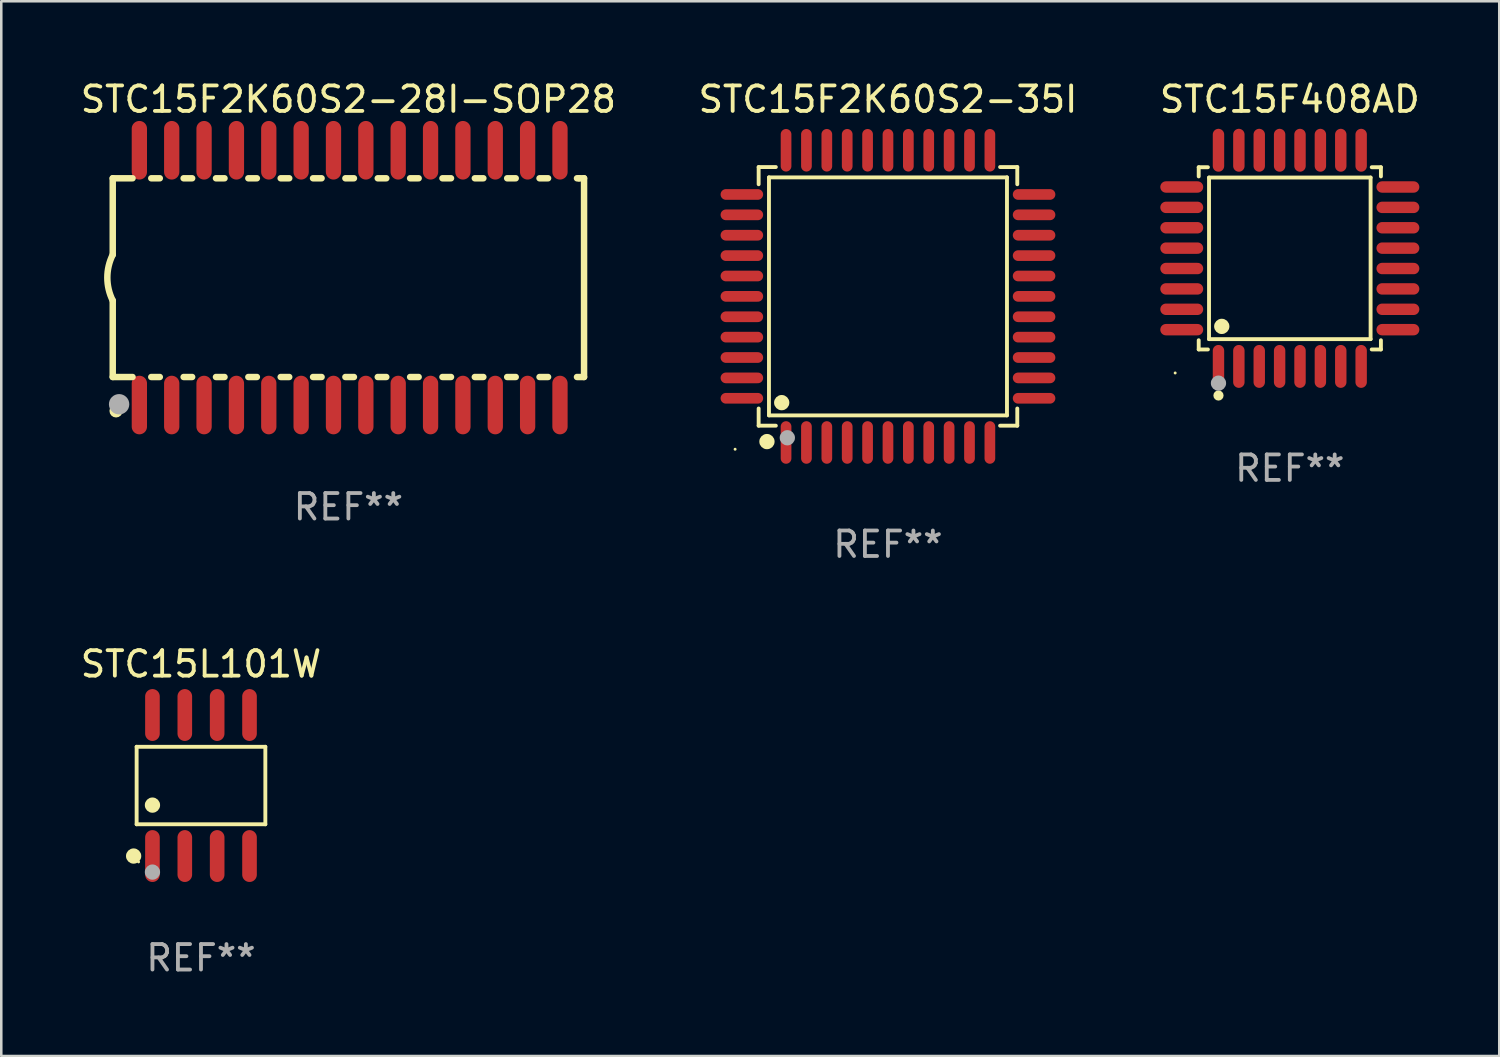
<source format=kicad_pcb>
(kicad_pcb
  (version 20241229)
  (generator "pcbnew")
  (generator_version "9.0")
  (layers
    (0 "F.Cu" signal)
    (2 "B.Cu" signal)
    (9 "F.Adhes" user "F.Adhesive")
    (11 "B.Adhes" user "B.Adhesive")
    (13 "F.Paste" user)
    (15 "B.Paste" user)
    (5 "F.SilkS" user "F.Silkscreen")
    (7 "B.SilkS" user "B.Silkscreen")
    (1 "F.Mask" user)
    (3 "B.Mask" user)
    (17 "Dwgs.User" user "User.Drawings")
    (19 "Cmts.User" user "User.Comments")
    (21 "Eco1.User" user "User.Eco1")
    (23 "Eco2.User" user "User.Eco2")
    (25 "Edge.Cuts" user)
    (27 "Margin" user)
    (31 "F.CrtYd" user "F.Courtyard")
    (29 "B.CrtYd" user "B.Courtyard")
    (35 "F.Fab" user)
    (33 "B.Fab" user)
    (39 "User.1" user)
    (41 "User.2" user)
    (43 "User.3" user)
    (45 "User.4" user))
  (footprint "STC15F2K60S2-28I-SOP28"
    (layer "F.Cu")
    (at 10.625 7.848)
    (property "Reference" "STC15F2K60S2-28I-SOP28" (at 0 -7 0) (layer "F.SilkS") (effects (font (size 1 1) (thickness 0.15))))
    (attr through_hole)
    (fp_line (start -9.25 -3.9) (end -9.25 -0.9) (stroke (width 0.254) (type solid)) (layer "F.SilkS"))
    (fp_line (start -9.25 -3.9) (end -8.473 -3.9) (stroke (width 0.254) (type solid)) (layer "F.SilkS"))
    (fp_line (start -9.25 3.9) (end -9.25 0.9) (stroke (width 0.254) (type solid)) (layer "F.SilkS"))
    (fp_line (start -9.25 3.9) (end -8.473 3.9) (stroke (width 0.254) (type solid)) (layer "F.SilkS"))
    (fp_line (start -7.737 -3.9) (end -7.403 -3.9) (stroke (width 0.254) (type solid)) (layer "F.SilkS"))
    (fp_line (start -7.737 3.9) (end -7.403 3.9) (stroke (width 0.254) (type solid)) (layer "F.SilkS"))
    (fp_line (start -6.467 3.9) (end -6.133 3.9) (stroke (width 0.254) (type solid)) (layer "F.SilkS"))
    (fp_line (start -6.467 -3.9) (end -6.133 -3.9) (stroke (width 0.254) (type solid)) (layer "F.SilkS"))
    (fp_line (start -5.197 3.9) (end -4.863 3.9) (stroke (width 0.254) (type solid)) (layer "F.SilkS"))
    (fp_line (start -5.197 -3.9) (end -4.863 -3.9) (stroke (width 0.254) (type solid)) (layer "F.SilkS"))
    (fp_line (start -3.927 3.9) (end -3.593 3.9) (stroke (width 0.254) (type solid)) (layer "F.SilkS"))
    (fp_line (start -3.927 -3.9) (end -3.593 -3.9) (stroke (width 0.254) (type solid)) (layer "F.SilkS"))
    (fp_line (start -2.657 3.9) (end -2.323 3.9) (stroke (width 0.254) (type solid)) (layer "F.SilkS"))
    (fp_line (start -2.657 -3.9) (end -2.323 -3.9) (stroke (width 0.254) (type solid)) (layer "F.SilkS"))
    (fp_line (start -1.387 3.9) (end -1.053 3.9) (stroke (width 0.254) (type solid)) (layer "F.SilkS"))
    (fp_line (start -1.387 -3.9) (end -1.053 -3.9) (stroke (width 0.254) (type solid)) (layer "F.SilkS"))
    (fp_line (start -0.117 3.9) (end 0.217 3.9) (stroke (width 0.254) (type solid)) (layer "F.SilkS"))
    (fp_line (start -0.117 -3.9) (end 0.217 -3.9) (stroke (width 0.254) (type solid)) (layer "F.SilkS"))
    (fp_line (start 1.153 3.9) (end 1.487 3.9) (stroke (width 0.254) (type solid)) (layer "F.SilkS"))
    (fp_line (start 1.153 -3.9) (end 1.487 -3.9) (stroke (width 0.254) (type solid)) (layer "F.SilkS"))
    (fp_line (start 2.423 3.9) (end 2.757 3.9) (stroke (width 0.254) (type solid)) (layer "F.SilkS"))
    (fp_line (start 2.423 -3.9) (end 2.757 -3.9) (stroke (width 0.254) (type solid)) (layer "F.SilkS"))
    (fp_line (start 3.693 3.9) (end 4.027 3.9) (stroke (width 0.254) (type solid)) (layer "F.SilkS"))
    (fp_line (start 3.693 -3.9) (end 4.027 -3.9) (stroke (width 0.254) (type solid)) (layer "F.SilkS"))
    (fp_line (start 4.963 3.9) (end 5.297 3.9) (stroke (width 0.254) (type solid)) (layer "F.SilkS"))
    (fp_line (start 4.963 -3.9) (end 5.297 -3.9) (stroke (width 0.254) (type solid)) (layer "F.SilkS"))
    (fp_line (start 6.233 3.9) (end 6.567 3.9) (stroke (width 0.254) (type solid)) (layer "F.SilkS"))
    (fp_line (start 6.233 -3.9) (end 6.567 -3.9) (stroke (width 0.254) (type solid)) (layer "F.SilkS"))
    (fp_line (start 7.503 -3.9) (end 7.837 -3.9) (stroke (width 0.254) (type solid)) (layer "F.SilkS"))
    (fp_line (start 7.503 3.9) (end 7.837 3.9) (stroke (width 0.254) (type solid)) (layer "F.SilkS"))
    (fp_line (start 8.973 -3.9) (end 9.05 -3.9) (stroke (width 0.254) (type solid)) (layer "F.SilkS"))
    (fp_line (start 8.973 3.9) (end 9.25 3.9) (stroke (width 0.254) (type solid)) (layer "F.SilkS"))
    (fp_line (start 9.05 -3.9) (end 9.25 -3.9) (stroke (width 0.254) (type solid)) (layer "F.SilkS"))
    (fp_line (start 9.25 -3.9) (end 9.25 3.9) (stroke (width 0.254) (type solid)) (layer "F.SilkS"))
    (fp_arc (start -9.249619 0.900432) (mid -9.462013 0.000246) (end -9.249873 -0.9) (stroke (width 0.254001) (type solid)) (layer "F.SilkS"))
    (fp_circle (center -9.2 5.3) (end -9.17 5.3) (stroke (width 0.06) (type solid)) (fill no) (layer "F.SilkS"))
    (fp_circle (center -9.12 5.23) (end -8.988 5.23) (stroke (width 0.254) (type solid)) (fill no) (layer "F.SilkS"))
    (fp_circle (center -9 4.97) (end -8.8 4.97) (stroke (width 0.4) (type solid)) (fill no) (layer "F.Fab"))
    (fp_text user "REF**" (at 0 9 0) (layer "F.Fab") (effects (font (size 1 1) (thickness 0.15))))
    (pad "1" smd oval (at -8.205 5) (size 0.6 2.3) (layers "F.Cu" "F.Mask" "F.Paste"))
    (pad "2" smd oval (at -6.935 5) (size 0.6 2.3) (layers "F.Cu" "F.Mask" "F.Paste"))
    (pad "3" smd oval (at -5.665 5) (size 0.6 2.3) (layers "F.Cu" "F.Mask" "F.Paste"))
    (pad "4" smd oval (at -4.395 5) (size 0.6 2.3) (layers "F.Cu" "F.Mask" "F.Paste"))
    (pad "5" smd oval (at -3.125 5) (size 0.6 2.3) (layers "F.Cu" "F.Mask" "F.Paste"))
    (pad "6" smd oval (at -1.855 5) (size 0.6 2.3) (layers "F.Cu" "F.Mask" "F.Paste"))
    (pad "7" smd oval (at -0.585 5) (size 0.6 2.3) (layers "F.Cu" "F.Mask" "F.Paste"))
    (pad "8" smd oval (at 0.685 5) (size 0.6 2.3) (layers "F.Cu" "F.Mask" "F.Paste"))
    (pad "9" smd oval (at 1.955 5) (size 0.6 2.3) (layers "F.Cu" "F.Mask" "F.Paste"))
    (pad "10" smd oval (at 3.225 5) (size 0.6 2.3) (layers "F.Cu" "F.Mask" "F.Paste"))
    (pad "11" smd oval (at 4.495 5) (size 0.6 2.3) (layers "F.Cu" "F.Mask" "F.Paste"))
    (pad "12" smd oval (at 5.765 5) (size 0.6 2.3) (layers "F.Cu" "F.Mask" "F.Paste"))
    (pad "13" smd oval (at 7.035 5) (size 0.6 2.3) (layers "F.Cu" "F.Mask" "F.Paste"))
    (pad "14" smd oval (at 8.305 5) (size 0.6 2.3) (layers "F.Cu" "F.Mask" "F.Paste"))
    (pad "15" smd oval (at 8.305 -5) (size 0.6 2.3) (layers "F.Cu" "F.Mask" "F.Paste"))
    (pad "16" smd oval (at 7.035 -5) (size 0.6 2.3) (layers "F.Cu" "F.Mask" "F.Paste"))
    (pad "17" smd oval (at 5.765 -5) (size 0.6 2.3) (layers "F.Cu" "F.Mask" "F.Paste"))
    (pad "18" smd oval (at 4.495 -5) (size 0.6 2.3) (layers "F.Cu" "F.Mask" "F.Paste"))
    (pad "19" smd oval (at 3.225 -5) (size 0.6 2.3) (layers "F.Cu" "F.Mask" "F.Paste"))
    (pad "20" smd oval (at 1.955 -5) (size 0.6 2.3) (layers "F.Cu" "F.Mask" "F.Paste"))
    (pad "21" smd oval (at 0.685 -5) (size 0.6 2.3) (layers "F.Cu" "F.Mask" "F.Paste"))
    (pad "22" smd oval (at -0.585 -5) (size 0.6 2.3) (layers "F.Cu" "F.Mask" "F.Paste"))
    (pad "23" smd oval (at -1.855 -5) (size 0.6 2.3) (layers "F.Cu" "F.Mask" "F.Paste"))
    (pad "24" smd oval (at -3.125 -5) (size 0.6 2.3) (layers "F.Cu" "F.Mask" "F.Paste"))
    (pad "25" smd oval (at -4.395 -5) (size 0.6 2.3) (layers "F.Cu" "F.Mask" "F.Paste"))
    (pad "26" smd oval (at -5.665 -5) (size 0.6 2.3) (layers "F.Cu" "F.Mask" "F.Paste"))
    (pad "27" smd oval (at -6.935 -5) (size 0.6 2.3) (layers "F.Cu" "F.Mask" "F.Paste"))
    (pad "28" smd oval (at -8.205 -5) (size 0.6 2.3) (layers "F.Cu" "F.Mask" "F.Paste")))
  (footprint "STC15F2K60S2-35I"
    (layer "F.Cu")
    (at 31.804 8.583)
    (property "Reference" "STC15F2K60S2-35I" (at 0 -7.735 0) (layer "F.SilkS") (effects (font (size 1 1) (thickness 0.15))))
    (attr through_hole)
    (fp_line (start -5.076 -5.076) (end -4.401 -5.076) (stroke (width 0.152) (type solid)) (layer "F.SilkS"))
    (fp_line (start -5.076 -4.401) (end -5.076 -5.076) (stroke (width 0.152) (type solid)) (layer "F.SilkS"))
    (fp_line (start -5.076 4.401) (end -5.076 5.076) (stroke (width 0.152) (type solid)) (layer "F.SilkS"))
    (fp_line (start -5.076 5.076) (end -4.401 5.076) (stroke (width 0.152) (type solid)) (layer "F.SilkS"))
    (fp_line (start -4.671 -4.671) (end 4.671 -4.671) (stroke (width 0.152) (type solid)) (layer "F.SilkS"))
    (fp_line (start -4.671 4.671) (end -4.671 -4.671) (stroke (width 0.152) (type solid)) (layer "F.SilkS"))
    (fp_line (start 4.671 -4.671) (end 4.671 4.671) (stroke (width 0.152) (type solid)) (layer "F.SilkS"))
    (fp_line (start 4.671 4.671) (end -4.671 4.671) (stroke (width 0.152) (type solid)) (layer "F.SilkS"))
    (fp_line (start 5.076 -5.076) (end 4.401 -5.076) (stroke (width 0.152) (type solid)) (layer "F.SilkS"))
    (fp_line (start 5.076 -4.401) (end 5.076 -5.076) (stroke (width 0.152) (type solid)) (layer "F.SilkS"))
    (fp_line (start 5.076 4.401) (end 5.076 5.076) (stroke (width 0.152) (type solid)) (layer "F.SilkS"))
    (fp_line (start 5.076 5.076) (end 4.401 5.076) (stroke (width 0.152) (type solid)) (layer "F.SilkS"))
    (fp_circle (center -6 6) (end -5.97 6) (stroke (width 0.06) (type solid)) (fill no) (layer "F.SilkS"))
    (fp_circle (center -4.75 5.7) (end -4.6 5.7) (stroke (width 0.3) (type solid)) (fill no) (layer "F.SilkS"))
    (fp_circle (center -4.171 4.171) (end -4.021 4.171) (stroke (width 0.3) (type solid)) (fill no) (layer "F.SilkS"))
    (fp_circle (center -3.95 5.55) (end -3.8 5.55) (stroke (width 0.3) (type solid)) (fill no) (layer "F.Fab"))
    (fp_text user "REF**" (at 0 9.735 0) (layer "F.Fab") (effects (font (size 1 1) (thickness 0.15))))
    (pad "1" smd oval (at -4 5.735) (size 0.42 1.67) (layers "F.Cu" "F.Mask" "F.Paste"))
    (pad "2" smd oval (at -3.2 5.735) (size 0.42 1.67) (layers "F.Cu" "F.Mask" "F.Paste"))
    (pad "3" smd oval (at -2.4 5.735) (size 0.42 1.67) (layers "F.Cu" "F.Mask" "F.Paste"))
    (pad "4" smd oval (at -1.6 5.735) (size 0.42 1.67) (layers "F.Cu" "F.Mask" "F.Paste"))
    (pad "5" smd oval (at -0.8 5.735) (size 0.42 1.67) (layers "F.Cu" "F.Mask" "F.Paste"))
    (pad "6" smd oval (at 0 5.735) (size 0.42 1.67) (layers "F.Cu" "F.Mask" "F.Paste"))
    (pad "7" smd oval (at 0.8 5.735) (size 0.42 1.67) (layers "F.Cu" "F.Mask" "F.Paste"))
    (pad "8" smd oval (at 1.6 5.735) (size 0.42 1.67) (layers "F.Cu" "F.Mask" "F.Paste"))
    (pad "9" smd oval (at 2.4 5.735) (size 0.42 1.67) (layers "F.Cu" "F.Mask" "F.Paste"))
    (pad "10" smd oval (at 3.2 5.735) (size 0.42 1.67) (layers "F.Cu" "F.Mask" "F.Paste"))
    (pad "11" smd oval (at 4 5.735) (size 0.42 1.67) (layers "F.Cu" "F.Mask" "F.Paste"))
    (pad "12" smd oval (at 5.735 4) (size 1.67 0.42) (layers "F.Cu" "F.Mask" "F.Paste"))
    (pad "13" smd oval (at 5.735 3.2) (size 1.67 0.42) (layers "F.Cu" "F.Mask" "F.Paste"))
    (pad "14" smd oval (at 5.735 2.4) (size 1.67 0.42) (layers "F.Cu" "F.Mask" "F.Paste"))
    (pad "15" smd oval (at 5.735 1.6) (size 1.67 0.42) (layers "F.Cu" "F.Mask" "F.Paste"))
    (pad "16" smd oval (at 5.735 0.8) (size 1.67 0.42) (layers "F.Cu" "F.Mask" "F.Paste"))
    (pad "17" smd oval (at 5.735 0) (size 1.67 0.42) (layers "F.Cu" "F.Mask" "F.Paste"))
    (pad "18" smd oval (at 5.735 -0.8) (size 1.67 0.42) (layers "F.Cu" "F.Mask" "F.Paste"))
    (pad "19" smd oval (at 5.735 -1.6) (size 1.67 0.42) (layers "F.Cu" "F.Mask" "F.Paste"))
    (pad "20" smd oval (at 5.735 -2.4) (size 1.67 0.42) (layers "F.Cu" "F.Mask" "F.Paste"))
    (pad "21" smd oval (at 5.735 -3.2) (size 1.67 0.42) (layers "F.Cu" "F.Mask" "F.Paste"))
    (pad "22" smd oval (at 5.735 -4) (size 1.67 0.42) (layers "F.Cu" "F.Mask" "F.Paste"))
    (pad "23" smd oval (at 4 -5.735) (size 0.42 1.67) (layers "F.Cu" "F.Mask" "F.Paste"))
    (pad "24" smd oval (at 3.2 -5.735) (size 0.42 1.67) (layers "F.Cu" "F.Mask" "F.Paste"))
    (pad "25" smd oval (at 2.4 -5.735) (size 0.42 1.67) (layers "F.Cu" "F.Mask" "F.Paste"))
    (pad "26" smd oval (at 1.6 -5.735) (size 0.42 1.67) (layers "F.Cu" "F.Mask" "F.Paste"))
    (pad "27" smd oval (at 0.8 -5.735) (size 0.42 1.67) (layers "F.Cu" "F.Mask" "F.Paste"))
    (pad "28" smd oval (at 0 -5.735) (size 0.42 1.67) (layers "F.Cu" "F.Mask" "F.Paste"))
    (pad "29" smd oval (at -0.8 -5.735) (size 0.42 1.67) (layers "F.Cu" "F.Mask" "F.Paste"))
    (pad "30" smd oval (at -1.6 -5.735) (size 0.42 1.67) (layers "F.Cu" "F.Mask" "F.Paste"))
    (pad "31" smd oval (at -2.4 -5.735) (size 0.42 1.67) (layers "F.Cu" "F.Mask" "F.Paste"))
    (pad "32" smd oval (at -3.2 -5.735) (size 0.42 1.67) (layers "F.Cu" "F.Mask" "F.Paste"))
    (pad "33" smd oval (at -4 -5.735) (size 0.42 1.67) (layers "F.Cu" "F.Mask" "F.Paste"))
    (pad "34" smd oval (at -5.735 -4) (size 1.67 0.42) (layers "F.Cu" "F.Mask" "F.Paste"))
    (pad "35" smd oval (at -5.735 -3.2) (size 1.67 0.42) (layers "F.Cu" "F.Mask" "F.Paste"))
    (pad "36" smd oval (at -5.735 -2.4) (size 1.67 0.42) (layers "F.Cu" "F.Mask" "F.Paste"))
    (pad "37" smd oval (at -5.735 -1.6) (size 1.67 0.42) (layers "F.Cu" "F.Mask" "F.Paste"))
    (pad "38" smd oval (at -5.735 -0.8) (size 1.67 0.42) (layers "F.Cu" "F.Mask" "F.Paste"))
    (pad "39" smd oval (at -5.735 0) (size 1.67 0.42) (layers "F.Cu" "F.Mask" "F.Paste"))
    (pad "40" smd oval (at -5.735 0.8) (size 1.67 0.42) (layers "F.Cu" "F.Mask" "F.Paste"))
    (pad "41" smd oval (at -5.735 1.6) (size 1.67 0.42) (layers "F.Cu" "F.Mask" "F.Paste"))
    (pad "42" smd oval (at -5.735 2.4) (size 1.67 0.42) (layers "F.Cu" "F.Mask" "F.Paste"))
    (pad "43" smd oval (at -5.735 3.2) (size 1.67 0.42) (layers "F.Cu" "F.Mask" "F.Paste"))
    (pad "44" smd oval (at -5.735 4) (size 1.67 0.42) (layers "F.Cu" "F.Mask" "F.Paste")))
  (footprint "STC15F408AD"
    (layer "F.Cu")
    (at 47.577 7.09)
    (property "Reference" "STC15F408AD" (at 0 -6.242 0) (layer "F.SilkS") (effects (font (size 1 1) (thickness 0.15))))
    (attr through_hole)
    (fp_line (start -3.576 -3.576) (end -3.215 -3.576) (stroke (width 0.152) (type solid)) (layer "F.SilkS"))
    (fp_line (start -3.576 -3.215) (end -3.576 -3.576) (stroke (width 0.152) (type solid)) (layer "F.SilkS"))
    (fp_line (start -3.576 3.215) (end -3.576 3.576) (stroke (width 0.152) (type solid)) (layer "F.SilkS"))
    (fp_line (start -3.576 3.576) (end -3.215 3.576) (stroke (width 0.152) (type solid)) (layer "F.SilkS"))
    (fp_line (start -3.171 -3.171) (end 3.171 -3.171) (stroke (width 0.152) (type solid)) (layer "F.SilkS"))
    (fp_line (start -3.171 3.171) (end -3.171 -3.171) (stroke (width 0.152) (type solid)) (layer "F.SilkS"))
    (fp_line (start 3.171 -3.171) (end 3.171 3.171) (stroke (width 0.152) (type solid)) (layer "F.SilkS"))
    (fp_line (start 3.171 3.171) (end -3.171 3.171) (stroke (width 0.152) (type solid)) (layer "F.SilkS"))
    (fp_line (start 3.576 -3.576) (end 3.215 -3.576) (stroke (width 0.152) (type solid)) (layer "F.SilkS"))
    (fp_line (start 3.576 -3.215) (end 3.576 -3.576) (stroke (width 0.152) (type solid)) (layer "F.SilkS"))
    (fp_line (start 3.576 3.215) (end 3.576 3.576) (stroke (width 0.152) (type solid)) (layer "F.SilkS"))
    (fp_line (start 3.576 3.576) (end 3.215 3.576) (stroke (width 0.152) (type solid)) (layer "F.SilkS"))
    (fp_circle (center -4.5 4.5) (end -4.47 4.5) (stroke (width 0.06) (type solid)) (fill no) (layer "F.SilkS"))
    (fp_circle (center -2.8 5.384) (end -2.7 5.384) (stroke (width 0.2) (type solid)) (fill no) (layer "F.SilkS"))
    (fp_circle (center -2.671 2.671) (end -2.521 2.671) (stroke (width 0.3) (type solid)) (fill no) (layer "F.SilkS"))
    (fp_circle (center -2.8 4.9) (end -2.65 4.9) (stroke (width 0.3) (type solid)) (fill no) (layer "F.Fab"))
    (fp_text user "REF**" (at 0 8.242 0) (layer "F.Fab") (effects (font (size 1 1) (thickness 0.15))))
    (pad "1" smd oval (at -2.8 4.242) (size 0.448 1.684) (layers "F.Cu" "F.Mask" "F.Paste"))
    (pad "2" smd oval (at -2 4.242) (size 0.448 1.684) (layers "F.Cu" "F.Mask" "F.Paste"))
    (pad "3" smd oval (at -1.2 4.242) (size 0.448 1.684) (layers "F.Cu" "F.Mask" "F.Paste"))
    (pad "4" smd oval (at -0.4 4.242) (size 0.448 1.684) (layers "F.Cu" "F.Mask" "F.Paste"))
    (pad "5" smd oval (at 0.4 4.242) (size 0.448 1.684) (layers "F.Cu" "F.Mask" "F.Paste"))
    (pad "6" smd oval (at 1.2 4.242) (size 0.448 1.684) (layers "F.Cu" "F.Mask" "F.Paste"))
    (pad "7" smd oval (at 2 4.242) (size 0.448 1.684) (layers "F.Cu" "F.Mask" "F.Paste"))
    (pad "8" smd oval (at 2.8 4.242) (size 0.448 1.684) (layers "F.Cu" "F.Mask" "F.Paste"))
    (pad "9" smd oval (at 4.242 2.8) (size 1.684 0.448) (layers "F.Cu" "F.Mask" "F.Paste"))
    (pad "10" smd oval (at 4.242 2) (size 1.684 0.448) (layers "F.Cu" "F.Mask" "F.Paste"))
    (pad "11" smd oval (at 4.242 1.2) (size 1.684 0.448) (layers "F.Cu" "F.Mask" "F.Paste"))
    (pad "12" smd oval (at 4.242 0.4) (size 1.684 0.448) (layers "F.Cu" "F.Mask" "F.Paste"))
    (pad "13" smd oval (at 4.242 -0.4) (size 1.684 0.448) (layers "F.Cu" "F.Mask" "F.Paste"))
    (pad "14" smd oval (at 4.242 -1.2) (size 1.684 0.448) (layers "F.Cu" "F.Mask" "F.Paste"))
    (pad "15" smd oval (at 4.242 -2) (size 1.684 0.448) (layers "F.Cu" "F.Mask" "F.Paste"))
    (pad "16" smd oval (at 4.242 -2.8) (size 1.684 0.448) (layers "F.Cu" "F.Mask" "F.Paste"))
    (pad "17" smd oval (at 2.8 -4.242) (size 0.448 1.684) (layers "F.Cu" "F.Mask" "F.Paste"))
    (pad "18" smd oval (at 2 -4.242) (size 0.448 1.684) (layers "F.Cu" "F.Mask" "F.Paste"))
    (pad "19" smd oval (at 1.2 -4.242) (size 0.448 1.684) (layers "F.Cu" "F.Mask" "F.Paste"))
    (pad "20" smd oval (at 0.4 -4.242) (size 0.448 1.684) (layers "F.Cu" "F.Mask" "F.Paste"))
    (pad "21" smd oval (at -0.4 -4.242) (size 0.448 1.684) (layers "F.Cu" "F.Mask" "F.Paste"))
    (pad "22" smd oval (at -1.2 -4.242) (size 0.448 1.684) (layers "F.Cu" "F.Mask" "F.Paste"))
    (pad "23" smd oval (at -2 -4.242) (size 0.448 1.684) (layers "F.Cu" "F.Mask" "F.Paste"))
    (pad "24" smd oval (at -2.8 -4.242) (size 0.448 1.684) (layers "F.Cu" "F.Mask" "F.Paste"))
    (pad "25" smd oval (at -4.242 -2.8) (size 1.684 0.448) (layers "F.Cu" "F.Mask" "F.Paste"))
    (pad "26" smd oval (at -4.242 -2) (size 1.684 0.448) (layers "F.Cu" "F.Mask" "F.Paste"))
    (pad "27" smd oval (at -4.242 -1.2) (size 1.684 0.448) (layers "F.Cu" "F.Mask" "F.Paste"))
    (pad "28" smd oval (at -4.242 -0.4) (size 1.684 0.448) (layers "F.Cu" "F.Mask" "F.Paste"))
    (pad "29" smd oval (at -4.242 0.4) (size 1.684 0.448) (layers "F.Cu" "F.Mask" "F.Paste"))
    (pad "30" smd oval (at -4.242 1.2) (size 1.684 0.448) (layers "F.Cu" "F.Mask" "F.Paste"))
    (pad "31" smd oval (at -4.242 2) (size 1.684 0.448) (layers "F.Cu" "F.Mask" "F.Paste"))
    (pad "32" smd oval (at -4.242 2.8) (size 1.684 0.448) (layers "F.Cu" "F.Mask" "F.Paste")))
  (footprint "STC15L101W"
    (layer "F.Cu")
    (at 4.839 27.783)
    (property "Reference" "STC15L101W" (at 0 -4.768 0) (layer "F.SilkS") (effects (font (size 1 1) (thickness 0.15))))
    (attr through_hole)
    (fp_line (start -2.526 -1.521) (end 2.526 -1.521) (stroke (width 0.152) (type solid)) (layer "F.SilkS"))
    (fp_line (start -2.526 1.521) (end -2.526 -1.521) (stroke (width 0.152) (type solid)) (layer "F.SilkS"))
    (fp_line (start 2.526 -1.521) (end 2.526 1.521) (stroke (width 0.152) (type solid)) (layer "F.SilkS"))
    (fp_line (start 2.526 1.521) (end -2.526 1.521) (stroke (width 0.152) (type solid)) (layer "F.SilkS"))
    (fp_circle (center -2.644 2.768) (end -2.494 2.768) (stroke (width 0.3) (type solid)) (fill no) (layer "F.SilkS"))
    (fp_circle (center -2.45 2.998) (end -2.42 2.998) (stroke (width 0.06) (type solid)) (fill no) (layer "F.SilkS"))
    (fp_circle (center -1.905 0.769) (end -1.755 0.769) (stroke (width 0.3) (type solid)) (fill no) (layer "F.SilkS"))
    (fp_circle (center -1.905 3.398) (end -1.755 3.398) (stroke (width 0.3) (type solid)) (fill no) (layer "F.Fab"))
    (fp_text user "REF**" (at 0 6.768 0) (layer "F.Fab") (effects (font (size 1 1) (thickness 0.15))))
    (pad "1" smd oval (at -1.905 2.768) (size 0.574 2.036) (layers "F.Cu" "F.Mask" "F.Paste"))
    (pad "2" smd oval (at -0.635 2.768) (size 0.574 2.036) (layers "F.Cu" "F.Mask" "F.Paste"))
    (pad "3" smd oval (at 0.635 2.768) (size 0.574 2.036) (layers "F.Cu" "F.Mask" "F.Paste"))
    (pad "4" smd oval (at 1.905 2.768) (size 0.574 2.036) (layers "F.Cu" "F.Mask" "F.Paste"))
    (pad "5" smd oval (at 1.905 -2.768) (size 0.574 2.036) (layers "F.Cu" "F.Mask" "F.Paste"))
    (pad "6" smd oval (at 0.635 -2.768) (size 0.574 2.036) (layers "F.Cu" "F.Mask" "F.Paste"))
    (pad "7" smd oval (at -0.635 -2.768) (size 0.574 2.036) (layers "F.Cu" "F.Mask" "F.Paste"))
    (pad "8" smd oval (at -1.905 -2.768) (size 0.574 2.036) (layers "F.Cu" "F.Mask" "F.Paste")))
  (gr_rect
    (start -3 -3)
    (end 55.798 38.399)
    (stroke (width 0.1) (type default))
    (fill no)
    (layer "Edge.Cuts")))
</source>
